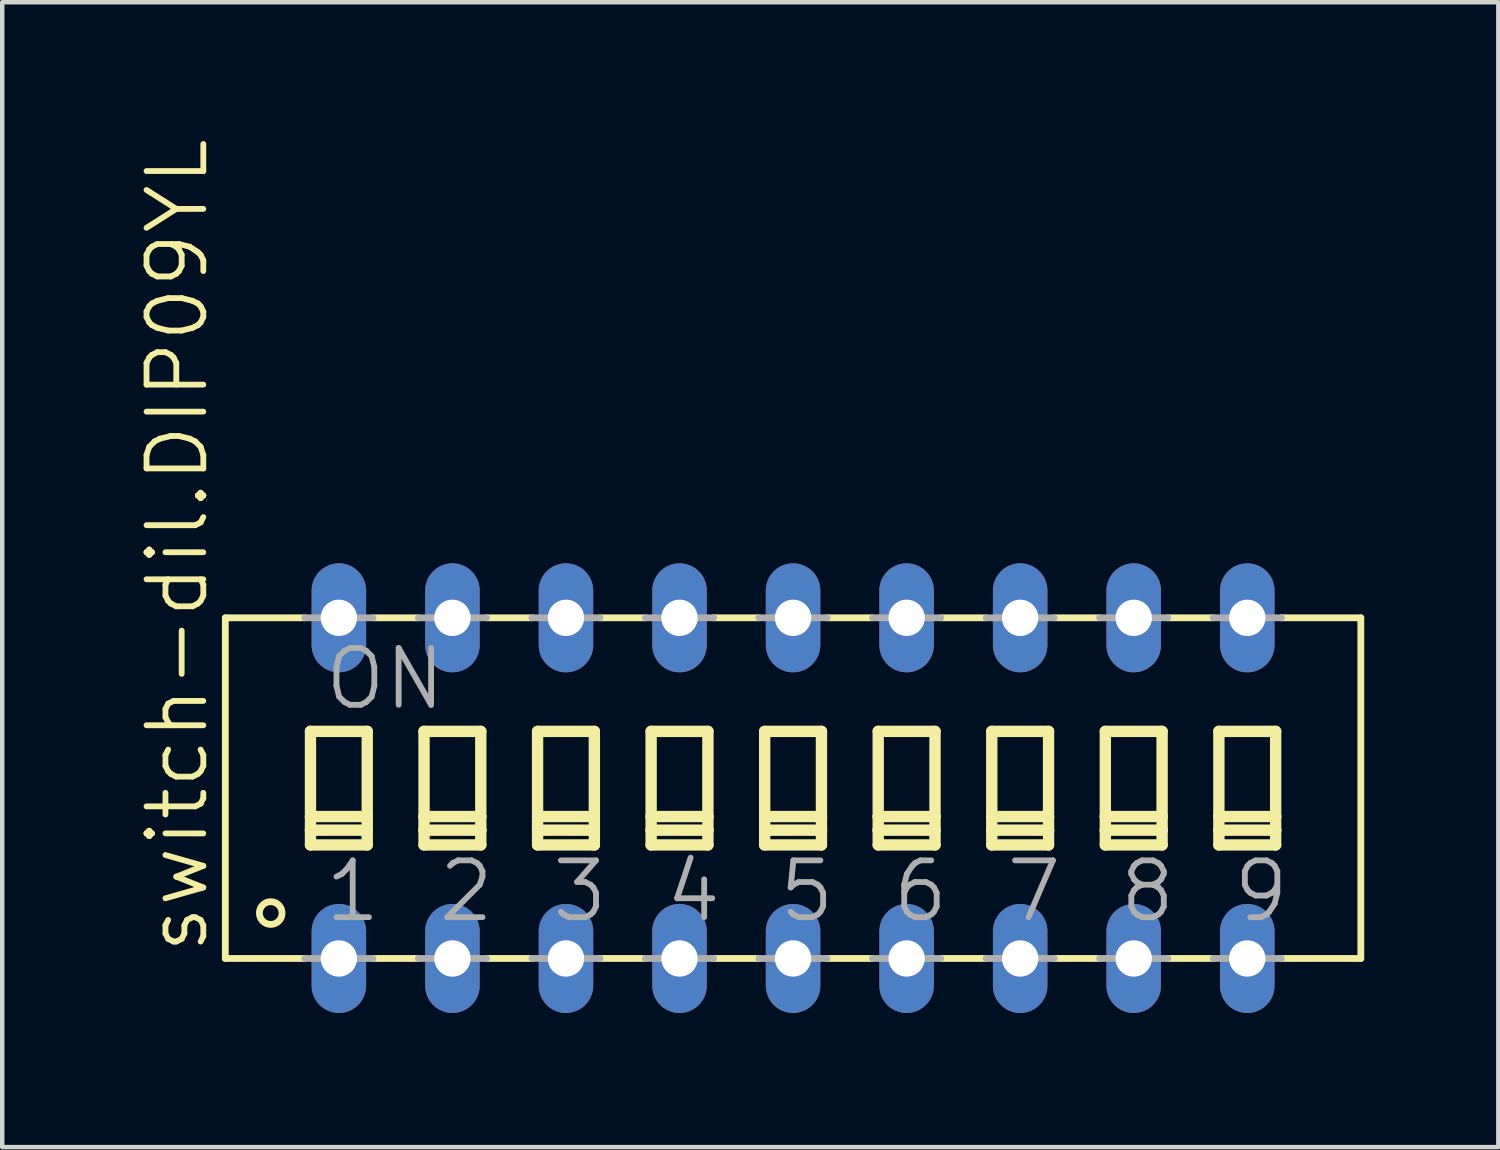
<source format=kicad_pcb>
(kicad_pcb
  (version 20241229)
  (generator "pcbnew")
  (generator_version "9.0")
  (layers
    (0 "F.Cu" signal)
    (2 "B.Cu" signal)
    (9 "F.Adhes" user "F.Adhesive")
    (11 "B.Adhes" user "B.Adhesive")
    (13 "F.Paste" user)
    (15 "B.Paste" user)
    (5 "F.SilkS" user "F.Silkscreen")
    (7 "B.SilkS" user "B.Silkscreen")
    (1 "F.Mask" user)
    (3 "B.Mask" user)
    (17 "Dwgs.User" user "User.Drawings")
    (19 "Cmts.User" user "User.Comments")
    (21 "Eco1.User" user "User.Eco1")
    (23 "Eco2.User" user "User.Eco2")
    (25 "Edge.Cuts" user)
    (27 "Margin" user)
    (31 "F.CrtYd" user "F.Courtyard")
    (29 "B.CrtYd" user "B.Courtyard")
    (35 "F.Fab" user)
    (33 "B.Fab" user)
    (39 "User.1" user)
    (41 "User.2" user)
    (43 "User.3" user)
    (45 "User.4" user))
  (footprint "switch-dil.DIP09YL"
    (layer "F.Cu")
    (at 14.69 14.58)
    (property "Reference" "switch-dil.DIP09YL" (at -13.03 3.759 90) (layer "F.SilkS") (effects (font (size 1.27 1.27) (thickness 0.13)) (justify left bottom)))
    (attr through_hole)
    (fp_line (start -12.7 -3.81) (end -12.7 3.81) (stroke (width 0.152) (type default)) (layer "F.SilkS"))
    (fp_line (start -12.7 -3.81) (end -10.922 -3.81) (stroke (width 0.152) (type default)) (layer "F.SilkS"))
    (fp_line (start -12.7 3.81) (end -10.922 3.81) (stroke (width 0.152) (type default)) (layer "F.SilkS"))
    (fp_line (start -10.795 -1.27) (end -10.795 0.635) (stroke (width 0.254) (type default)) (layer "F.SilkS"))
    (fp_line (start -10.795 0.635) (end -10.795 0.94) (stroke (width 0.254) (type default)) (layer "F.SilkS"))
    (fp_line (start -10.795 0.635) (end -9.525 0.635) (stroke (width 0.254) (type default)) (layer "F.SilkS"))
    (fp_line (start -10.795 0.94) (end -10.795 1.27) (stroke (width 0.254) (type default)) (layer "F.SilkS"))
    (fp_line (start -10.795 0.94) (end -9.525 0.94) (stroke (width 0.254) (type default)) (layer "F.SilkS"))
    (fp_line (start -10.795 1.27) (end -9.525 1.27) (stroke (width 0.254) (type default)) (layer "F.SilkS"))
    (fp_line (start -9.525 -1.27) (end -10.795 -1.27) (stroke (width 0.254) (type default)) (layer "F.SilkS"))
    (fp_line (start -9.525 0.635) (end -9.525 -1.27) (stroke (width 0.254) (type default)) (layer "F.SilkS"))
    (fp_line (start -9.525 0.94) (end -9.525 0.635) (stroke (width 0.254) (type default)) (layer "F.SilkS"))
    (fp_line (start -9.525 1.27) (end -9.525 0.94) (stroke (width 0.254) (type default)) (layer "F.SilkS"))
    (fp_line (start -9.398 3.81) (end -8.382 3.81) (stroke (width 0.152) (type default)) (layer "F.SilkS"))
    (fp_line (start -8.382 -3.81) (end -9.398 -3.81) (stroke (width 0.152) (type default)) (layer "F.SilkS"))
    (fp_line (start -8.255 -1.27) (end -8.255 0.635) (stroke (width 0.254) (type default)) (layer "F.SilkS"))
    (fp_line (start -8.255 0.635) (end -8.255 0.94) (stroke (width 0.254) (type default)) (layer "F.SilkS"))
    (fp_line (start -8.255 0.635) (end -6.985 0.635) (stroke (width 0.254) (type default)) (layer "F.SilkS"))
    (fp_line (start -8.255 0.94) (end -8.255 1.27) (stroke (width 0.254) (type default)) (layer "F.SilkS"))
    (fp_line (start -8.255 0.94) (end -6.985 0.94) (stroke (width 0.254) (type default)) (layer "F.SilkS"))
    (fp_line (start -8.255 1.27) (end -6.985 1.27) (stroke (width 0.254) (type default)) (layer "F.SilkS"))
    (fp_line (start -6.985 -1.27) (end -8.255 -1.27) (stroke (width 0.254) (type default)) (layer "F.SilkS"))
    (fp_line (start -6.985 0.635) (end -6.985 -1.27) (stroke (width 0.254) (type default)) (layer "F.SilkS"))
    (fp_line (start -6.985 0.94) (end -6.985 0.635) (stroke (width 0.254) (type default)) (layer "F.SilkS"))
    (fp_line (start -6.985 1.27) (end -6.985 0.94) (stroke (width 0.254) (type default)) (layer "F.SilkS"))
    (fp_line (start -6.858 3.81) (end -5.842 3.81) (stroke (width 0.152) (type default)) (layer "F.SilkS"))
    (fp_line (start -5.842 -3.81) (end -6.858 -3.81) (stroke (width 0.152) (type default)) (layer "F.SilkS"))
    (fp_line (start -5.715 -1.27) (end -5.715 0.635) (stroke (width 0.254) (type default)) (layer "F.SilkS"))
    (fp_line (start -5.715 0.635) (end -5.715 0.94) (stroke (width 0.254) (type default)) (layer "F.SilkS"))
    (fp_line (start -5.715 0.635) (end -4.445 0.635) (stroke (width 0.254) (type default)) (layer "F.SilkS"))
    (fp_line (start -5.715 0.94) (end -5.715 1.27) (stroke (width 0.254) (type default)) (layer "F.SilkS"))
    (fp_line (start -5.715 0.94) (end -4.445 0.94) (stroke (width 0.254) (type default)) (layer "F.SilkS"))
    (fp_line (start -5.715 1.27) (end -4.445 1.27) (stroke (width 0.254) (type default)) (layer "F.SilkS"))
    (fp_line (start -4.445 -1.27) (end -5.715 -1.27) (stroke (width 0.254) (type default)) (layer "F.SilkS"))
    (fp_line (start -4.445 0.635) (end -4.445 -1.27) (stroke (width 0.254) (type default)) (layer "F.SilkS"))
    (fp_line (start -4.445 0.94) (end -4.445 0.635) (stroke (width 0.254) (type default)) (layer "F.SilkS"))
    (fp_line (start -4.445 1.27) (end -4.445 0.94) (stroke (width 0.254) (type default)) (layer "F.SilkS"))
    (fp_line (start -4.318 3.81) (end -3.302 3.81) (stroke (width 0.152) (type default)) (layer "F.SilkS"))
    (fp_line (start -3.302 -3.81) (end -4.318 -3.81) (stroke (width 0.152) (type default)) (layer "F.SilkS"))
    (fp_line (start -3.175 -1.27) (end -3.175 0.635) (stroke (width 0.254) (type default)) (layer "F.SilkS"))
    (fp_line (start -3.175 0.635) (end -3.175 0.94) (stroke (width 0.254) (type default)) (layer "F.SilkS"))
    (fp_line (start -3.175 0.635) (end -1.905 0.635) (stroke (width 0.254) (type default)) (layer "F.SilkS"))
    (fp_line (start -3.175 0.94) (end -3.175 1.27) (stroke (width 0.254) (type default)) (layer "F.SilkS"))
    (fp_line (start -3.175 0.94) (end -1.905 0.94) (stroke (width 0.254) (type default)) (layer "F.SilkS"))
    (fp_line (start -3.175 1.27) (end -1.905 1.27) (stroke (width 0.254) (type default)) (layer "F.SilkS"))
    (fp_line (start -1.905 -1.27) (end -3.175 -1.27) (stroke (width 0.254) (type default)) (layer "F.SilkS"))
    (fp_line (start -1.905 0.635) (end -1.905 -1.27) (stroke (width 0.254) (type default)) (layer "F.SilkS"))
    (fp_line (start -1.905 0.94) (end -1.905 0.635) (stroke (width 0.254) (type default)) (layer "F.SilkS"))
    (fp_line (start -1.905 1.27) (end -1.905 0.94) (stroke (width 0.254) (type default)) (layer "F.SilkS"))
    (fp_line (start -1.778 3.81) (end -0.762 3.81) (stroke (width 0.152) (type default)) (layer "F.SilkS"))
    (fp_line (start -0.762 -3.81) (end -1.778 -3.81) (stroke (width 0.152) (type default)) (layer "F.SilkS"))
    (fp_line (start -0.635 -1.27) (end -0.635 0.635) (stroke (width 0.254) (type default)) (layer "F.SilkS"))
    (fp_line (start -0.635 0.635) (end -0.635 0.94) (stroke (width 0.254) (type default)) (layer "F.SilkS"))
    (fp_line (start -0.635 0.635) (end 0.635 0.635) (stroke (width 0.254) (type default)) (layer "F.SilkS"))
    (fp_line (start -0.635 0.94) (end -0.635 1.27) (stroke (width 0.254) (type default)) (layer "F.SilkS"))
    (fp_line (start -0.635 0.94) (end 0.635 0.94) (stroke (width 0.254) (type default)) (layer "F.SilkS"))
    (fp_line (start -0.635 1.27) (end 0.635 1.27) (stroke (width 0.254) (type default)) (layer "F.SilkS"))
    (fp_line (start 0.635 -1.27) (end -0.635 -1.27) (stroke (width 0.254) (type default)) (layer "F.SilkS"))
    (fp_line (start 0.635 0.635) (end 0.635 -1.27) (stroke (width 0.254) (type default)) (layer "F.SilkS"))
    (fp_line (start 0.635 0.94) (end 0.635 0.635) (stroke (width 0.254) (type default)) (layer "F.SilkS"))
    (fp_line (start 0.635 1.27) (end 0.635 0.94) (stroke (width 0.254) (type default)) (layer "F.SilkS"))
    (fp_line (start 0.762 3.81) (end 1.778 3.81) (stroke (width 0.152) (type default)) (layer "F.SilkS"))
    (fp_line (start 1.778 -3.81) (end 0.762 -3.81) (stroke (width 0.152) (type default)) (layer "F.SilkS"))
    (fp_line (start 1.905 -1.27) (end 1.905 0.635) (stroke (width 0.254) (type default)) (layer "F.SilkS"))
    (fp_line (start 1.905 0.635) (end 1.905 0.94) (stroke (width 0.254) (type default)) (layer "F.SilkS"))
    (fp_line (start 1.905 0.635) (end 3.175 0.635) (stroke (width 0.254) (type default)) (layer "F.SilkS"))
    (fp_line (start 1.905 0.94) (end 1.905 1.27) (stroke (width 0.254) (type default)) (layer "F.SilkS"))
    (fp_line (start 1.905 0.94) (end 3.175 0.94) (stroke (width 0.254) (type default)) (layer "F.SilkS"))
    (fp_line (start 1.905 1.27) (end 3.175 1.27) (stroke (width 0.254) (type default)) (layer "F.SilkS"))
    (fp_line (start 3.175 -1.27) (end 1.905 -1.27) (stroke (width 0.254) (type default)) (layer "F.SilkS"))
    (fp_line (start 3.175 0.635) (end 3.175 -1.27) (stroke (width 0.254) (type default)) (layer "F.SilkS"))
    (fp_line (start 3.175 0.94) (end 3.175 0.635) (stroke (width 0.254) (type default)) (layer "F.SilkS"))
    (fp_line (start 3.175 1.27) (end 3.175 0.94) (stroke (width 0.254) (type default)) (layer "F.SilkS"))
    (fp_line (start 3.302 3.81) (end 4.318 3.81) (stroke (width 0.152) (type default)) (layer "F.SilkS"))
    (fp_line (start 4.318 -3.81) (end 3.302 -3.81) (stroke (width 0.152) (type default)) (layer "F.SilkS"))
    (fp_line (start 4.445 -1.27) (end 4.445 0.635) (stroke (width 0.254) (type default)) (layer "F.SilkS"))
    (fp_line (start 4.445 0.635) (end 4.445 0.94) (stroke (width 0.254) (type default)) (layer "F.SilkS"))
    (fp_line (start 4.445 0.635) (end 5.715 0.635) (stroke (width 0.254) (type default)) (layer "F.SilkS"))
    (fp_line (start 4.445 0.94) (end 4.445 1.27) (stroke (width 0.254) (type default)) (layer "F.SilkS"))
    (fp_line (start 4.445 0.94) (end 5.715 0.94) (stroke (width 0.254) (type default)) (layer "F.SilkS"))
    (fp_line (start 4.445 1.27) (end 5.715 1.27) (stroke (width 0.254) (type default)) (layer "F.SilkS"))
    (fp_line (start 5.715 -1.27) (end 4.445 -1.27) (stroke (width 0.254) (type default)) (layer "F.SilkS"))
    (fp_line (start 5.715 0.635) (end 5.715 -1.27) (stroke (width 0.254) (type default)) (layer "F.SilkS"))
    (fp_line (start 5.715 0.94) (end 5.715 0.635) (stroke (width 0.254) (type default)) (layer "F.SilkS"))
    (fp_line (start 5.715 1.27) (end 5.715 0.94) (stroke (width 0.254) (type default)) (layer "F.SilkS"))
    (fp_line (start 5.842 3.81) (end 6.858 3.81) (stroke (width 0.152) (type default)) (layer "F.SilkS"))
    (fp_line (start 6.858 -3.81) (end 5.842 -3.81) (stroke (width 0.152) (type default)) (layer "F.SilkS"))
    (fp_line (start 6.985 -1.27) (end 6.985 0.635) (stroke (width 0.254) (type default)) (layer "F.SilkS"))
    (fp_line (start 6.985 0.635) (end 6.985 0.94) (stroke (width 0.254) (type default)) (layer "F.SilkS"))
    (fp_line (start 6.985 0.635) (end 8.255 0.635) (stroke (width 0.254) (type default)) (layer "F.SilkS"))
    (fp_line (start 6.985 0.94) (end 6.985 1.27) (stroke (width 0.254) (type default)) (layer "F.SilkS"))
    (fp_line (start 6.985 0.94) (end 8.255 0.94) (stroke (width 0.254) (type default)) (layer "F.SilkS"))
    (fp_line (start 6.985 1.27) (end 8.255 1.27) (stroke (width 0.254) (type default)) (layer "F.SilkS"))
    (fp_line (start 8.255 -1.27) (end 6.985 -1.27) (stroke (width 0.254) (type default)) (layer "F.SilkS"))
    (fp_line (start 8.255 0.635) (end 8.255 -1.27) (stroke (width 0.254) (type default)) (layer "F.SilkS"))
    (fp_line (start 8.255 0.94) (end 8.255 0.635) (stroke (width 0.254) (type default)) (layer "F.SilkS"))
    (fp_line (start 8.255 1.27) (end 8.255 0.94) (stroke (width 0.254) (type default)) (layer "F.SilkS"))
    (fp_line (start 8.382 3.81) (end 9.398 3.81) (stroke (width 0.152) (type default)) (layer "F.SilkS"))
    (fp_line (start 9.398 -3.81) (end 8.382 -3.81) (stroke (width 0.152) (type default)) (layer "F.SilkS"))
    (fp_line (start 9.525 -1.27) (end 9.525 0.635) (stroke (width 0.254) (type default)) (layer "F.SilkS"))
    (fp_line (start 9.525 0.635) (end 9.525 0.94) (stroke (width 0.254) (type default)) (layer "F.SilkS"))
    (fp_line (start 9.525 0.635) (end 10.795 0.635) (stroke (width 0.254) (type default)) (layer "F.SilkS"))
    (fp_line (start 9.525 0.94) (end 9.525 1.27) (stroke (width 0.254) (type default)) (layer "F.SilkS"))
    (fp_line (start 9.525 0.94) (end 10.795 0.94) (stroke (width 0.254) (type default)) (layer "F.SilkS"))
    (fp_line (start 9.525 1.27) (end 10.795 1.27) (stroke (width 0.254) (type default)) (layer "F.SilkS"))
    (fp_line (start 10.795 -1.27) (end 9.525 -1.27) (stroke (width 0.254) (type default)) (layer "F.SilkS"))
    (fp_line (start 10.795 0.635) (end 10.795 -1.27) (stroke (width 0.254) (type default)) (layer "F.SilkS"))
    (fp_line (start 10.795 0.94) (end 10.795 0.635) (stroke (width 0.254) (type default)) (layer "F.SilkS"))
    (fp_line (start 10.795 1.27) (end 10.795 0.94) (stroke (width 0.254) (type default)) (layer "F.SilkS"))
    (fp_line (start 12.7 -3.81) (end 10.922 -3.81) (stroke (width 0.152) (type default)) (layer "F.SilkS"))
    (fp_line (start 12.7 3.81) (end 10.922 3.81) (stroke (width 0.152) (type default)) (layer "F.SilkS"))
    (fp_line (start 12.7 3.81) (end 12.7 -3.81) (stroke (width 0.152) (type default)) (layer "F.SilkS"))
    (fp_circle (center -11.684 2.794) (end -11.43 2.794) (stroke (width 0.152) (type default)) (fill no) (layer "F.SilkS"))
    (fp_line (start -10.922 3.81) (end -9.398 3.81) (stroke (width 0.152) (type default)) (layer "F.Fab"))
    (fp_line (start -9.398 -3.81) (end -10.922 -3.81) (stroke (width 0.152) (type default)) (layer "F.Fab"))
    (fp_line (start -8.382 3.81) (end -6.858 3.81) (stroke (width 0.152) (type default)) (layer "F.Fab"))
    (fp_line (start -6.858 -3.81) (end -8.382 -3.81) (stroke (width 0.152) (type default)) (layer "F.Fab"))
    (fp_line (start -5.842 3.81) (end -4.318 3.81) (stroke (width 0.152) (type default)) (layer "F.Fab"))
    (fp_line (start -4.318 -3.81) (end -5.842 -3.81) (stroke (width 0.152) (type default)) (layer "F.Fab"))
    (fp_line (start -3.302 3.81) (end -1.778 3.81) (stroke (width 0.152) (type default)) (layer "F.Fab"))
    (fp_line (start -1.778 -3.81) (end -3.302 -3.81) (stroke (width 0.152) (type default)) (layer "F.Fab"))
    (fp_line (start -0.762 3.81) (end 0.762 3.81) (stroke (width 0.152) (type default)) (layer "F.Fab"))
    (fp_line (start 0.762 -3.81) (end -0.762 -3.81) (stroke (width 0.152) (type default)) (layer "F.Fab"))
    (fp_line (start 1.778 3.81) (end 3.302 3.81) (stroke (width 0.152) (type default)) (layer "F.Fab"))
    (fp_line (start 3.302 -3.81) (end 1.778 -3.81) (stroke (width 0.152) (type default)) (layer "F.Fab"))
    (fp_line (start 4.318 3.81) (end 5.842 3.81) (stroke (width 0.152) (type default)) (layer "F.Fab"))
    (fp_line (start 5.842 -3.81) (end 4.318 -3.81) (stroke (width 0.152) (type default)) (layer "F.Fab"))
    (fp_line (start 6.858 3.81) (end 8.382 3.81) (stroke (width 0.152) (type default)) (layer "F.Fab"))
    (fp_line (start 8.382 -3.81) (end 6.858 -3.81) (stroke (width 0.152) (type default)) (layer "F.Fab"))
    (fp_line (start 9.398 3.81) (end 10.922 3.81) (stroke (width 0.152) (type default)) (layer "F.Fab"))
    (fp_line (start 10.922 -3.81) (end 9.398 -3.81) (stroke (width 0.152) (type default)) (layer "F.Fab"))
    (fp_text user "2" (at -8.001 3.048 0) (layer "F.Fab") (effects (font (size 1.27 1.27) (thickness 0.13)) (justify left bottom)))
    (fp_text user "9" (at 9.779 3.048 0) (layer "F.Fab") (effects (font (size 1.27 1.27) (thickness 0.13)) (justify left bottom)))
    (fp_text user "1" (at -10.541 3.048 0) (layer "F.Fab") (effects (font (size 1.27 1.27) (thickness 0.13)) (justify left bottom)))
    (fp_text user "5" (at -0.381 3.048 0) (layer "F.Fab") (effects (font (size 1.27 1.27) (thickness 0.13)) (justify left bottom)))
    (fp_text user "3" (at -5.461 3.048 0) (layer "F.Fab") (effects (font (size 1.27 1.27) (thickness 0.13)) (justify left bottom)))
    (fp_text user "8" (at 7.239 3.048 0) (layer "F.Fab") (effects (font (size 1.27 1.27) (thickness 0.13)) (justify left bottom)))
    (fp_text user "6" (at 2.159 3.048 0) (layer "F.Fab") (effects (font (size 1.27 1.27) (thickness 0.13)) (justify left bottom)))
    (fp_text user "4" (at -2.921 3.048 0) (layer "F.Fab") (effects (font (size 1.27 1.27) (thickness 0.13)) (justify left bottom)))
    (fp_text user "ON" (at -10.541 -1.702 0) (layer "F.Fab") (effects (font (size 1.27 1.27) (thickness 0.13)) (justify left bottom)))
    (fp_text user "7" (at 4.699 3.048 0) (layer "F.Fab") (effects (font (size 1.27 1.27) (thickness 0.13)) (justify left bottom)))
    (pad "1" thru_hole oval (at -10.16 3.81 90) (size 2.438 1.219) (drill 0.813) (layers "*.Cu" "*.Mask"))
    (pad "2" thru_hole oval (at -7.62 3.81 90) (size 2.438 1.219) (drill 0.813) (layers "*.Cu" "*.Mask"))
    (pad "3" thru_hole oval (at -5.08 3.81 90) (size 2.438 1.219) (drill 0.813) (layers "*.Cu" "*.Mask"))
    (pad "4" thru_hole oval (at -2.54 3.81 90) (size 2.438 1.219) (drill 0.813) (layers "*.Cu" "*.Mask"))
    (pad "5" thru_hole oval (at 0 3.81 90) (size 2.438 1.219) (drill 0.813) (layers "*.Cu" "*.Mask"))
    (pad "6" thru_hole oval (at 2.54 3.81 90) (size 2.438 1.219) (drill 0.813) (layers "*.Cu" "*.Mask"))
    (pad "7" thru_hole oval (at 5.08 3.81 90) (size 2.438 1.219) (drill 0.813) (layers "*.Cu" "*.Mask"))
    (pad "8" thru_hole oval (at 7.62 3.81 90) (size 2.438 1.219) (drill 0.813) (layers "*.Cu" "*.Mask"))
    (pad "9" thru_hole oval (at 10.16 3.81 90) (size 2.438 1.219) (drill 0.813) (layers "*.Cu" "*.Mask"))
    (pad "10" thru_hole oval (at 10.16 -3.81 90) (size 2.438 1.219) (drill 0.813) (layers "*.Cu" "*.Mask"))
    (pad "11" thru_hole oval (at 7.62 -3.81 90) (size 2.438 1.219) (drill 0.813) (layers "*.Cu" "*.Mask"))
    (pad "12" thru_hole oval (at 5.08 -3.81 90) (size 2.438 1.219) (drill 0.813) (layers "*.Cu" "*.Mask"))
    (pad "13" thru_hole oval (at 2.54 -3.81 90) (size 2.438 1.219) (drill 0.813) (layers "*.Cu" "*.Mask"))
    (pad "14" thru_hole oval (at 0 -3.81 90) (size 2.438 1.219) (drill 0.813) (layers "*.Cu" "*.Mask"))
    (pad "15" thru_hole oval (at -2.54 -3.81 90) (size 2.438 1.219) (drill 0.813) (layers "*.Cu" "*.Mask"))
    (pad "16" thru_hole oval (at -5.08 -3.81 90) (size 2.438 1.219) (drill 0.813) (layers "*.Cu" "*.Mask"))
    (pad "17" thru_hole oval (at -7.62 -3.81 90) (size 2.438 1.219) (drill 0.813) (layers "*.Cu" "*.Mask"))
    (pad "18" thru_hole oval (at -10.16 -3.81 90) (size 2.438 1.219) (drill 0.813) (layers "*.Cu" "*.Mask")))
  (gr_rect
    (start -3 -3)
    (end 30.466 22.609)
    (stroke (width 0.1) (type default))
    (fill no)
    (layer "Edge.Cuts")))
</source>
